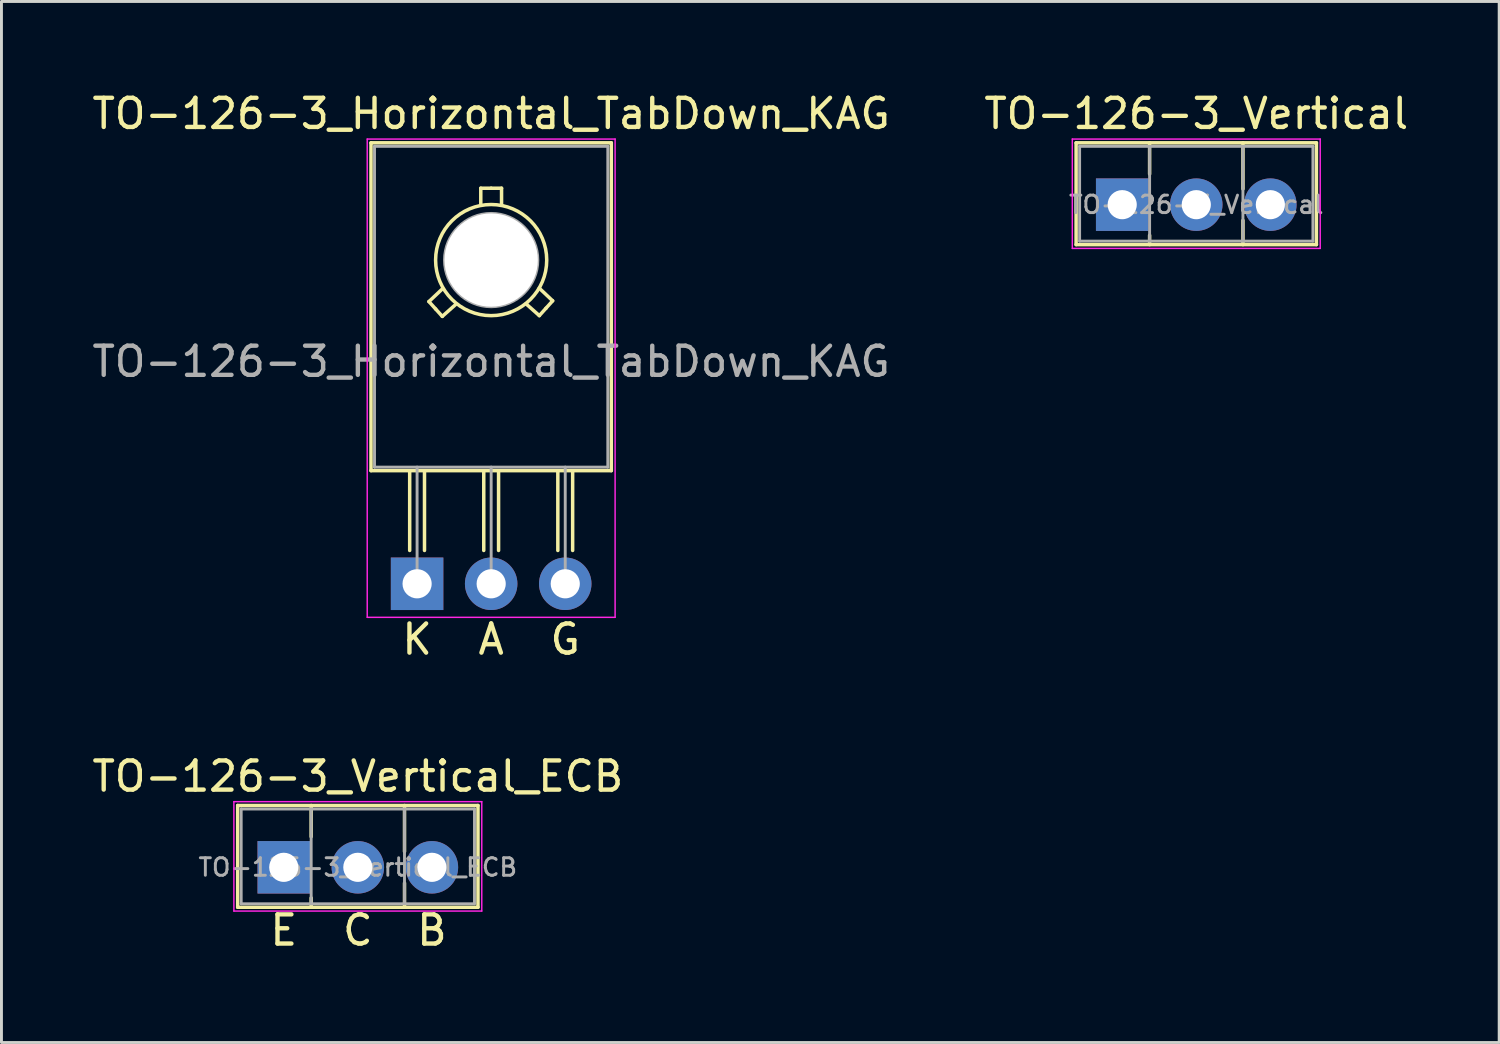
<source format=kicad_pcb>
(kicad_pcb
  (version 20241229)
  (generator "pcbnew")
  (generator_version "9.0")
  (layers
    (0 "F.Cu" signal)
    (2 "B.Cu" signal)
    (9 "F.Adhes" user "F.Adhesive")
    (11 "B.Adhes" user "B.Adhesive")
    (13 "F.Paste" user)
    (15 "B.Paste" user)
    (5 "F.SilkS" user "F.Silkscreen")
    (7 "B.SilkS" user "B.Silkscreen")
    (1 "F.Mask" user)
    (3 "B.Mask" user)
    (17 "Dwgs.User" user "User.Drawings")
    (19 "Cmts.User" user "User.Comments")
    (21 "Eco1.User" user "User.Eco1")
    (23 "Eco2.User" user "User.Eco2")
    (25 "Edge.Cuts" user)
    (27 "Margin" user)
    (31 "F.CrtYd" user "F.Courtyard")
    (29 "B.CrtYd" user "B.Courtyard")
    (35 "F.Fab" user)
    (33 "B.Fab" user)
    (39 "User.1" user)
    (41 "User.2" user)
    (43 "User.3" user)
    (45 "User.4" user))
  (footprint "TO-126-3_Vertical"
    (layer "F.Cu")
    (at 35.43 3.968)
    (property "Reference" "TO-126-3_Vertical" (at 2.54 -3.12 0) (layer "F.SilkS") (effects (font (size 1 1) (thickness 0.15))))
    (attr through_hole)
    (fp_line (start -1.58 -2.12) (end -1.58 1.37) (stroke (width 0.12) (type solid)) (layer "F.SilkS"))
    (fp_line (start -1.58 -2.12) (end 6.66 -2.12) (stroke (width 0.12) (type solid)) (layer "F.SilkS"))
    (fp_line (start -1.58 1.37) (end 6.66 1.37) (stroke (width 0.12) (type solid)) (layer "F.SilkS"))
    (fp_line (start 0.94 -2.12) (end 0.94 -1.05) (stroke (width 0.12) (type solid)) (layer "F.SilkS"))
    (fp_line (start 0.94 1.05) (end 0.94 1.37) (stroke (width 0.12) (type solid)) (layer "F.SilkS"))
    (fp_line (start 4.141 -2.12) (end 4.141 -0.54) (stroke (width 0.12) (type solid)) (layer "F.SilkS"))
    (fp_line (start 4.141 0.54) (end 4.141 1.37) (stroke (width 0.12) (type solid)) (layer "F.SilkS"))
    (fp_line (start 6.66 -2.12) (end 6.66 1.37) (stroke (width 0.12) (type solid)) (layer "F.SilkS"))
    (fp_line (start -1.71 -2.25) (end -1.71 1.5) (stroke (width 0.05) (type solid)) (layer "F.CrtYd"))
    (fp_line (start -1.71 1.5) (end 6.79 1.5) (stroke (width 0.05) (type solid)) (layer "F.CrtYd"))
    (fp_line (start 6.79 -2.25) (end -1.71 -2.25) (stroke (width 0.05) (type solid)) (layer "F.CrtYd"))
    (fp_line (start 6.79 1.5) (end 6.79 -2.25) (stroke (width 0.05) (type solid)) (layer "F.CrtYd"))
    (fp_line (start -1.46 -2) (end -1.46 1.25) (stroke (width 0.1) (type solid)) (layer "F.Fab"))
    (fp_line (start -1.46 1.25) (end 6.54 1.25) (stroke (width 0.1) (type solid)) (layer "F.Fab"))
    (fp_line (start 0.94 -2) (end 0.94 1.25) (stroke (width 0.1) (type solid)) (layer "F.Fab"))
    (fp_line (start 4.14 -2) (end 4.14 1.25) (stroke (width 0.1) (type solid)) (layer "F.Fab"))
    (fp_line (start 6.54 -2) (end -1.46 -2) (stroke (width 0.1) (type solid)) (layer "F.Fab"))
    (fp_line (start 6.54 1.25) (end 6.54 -2) (stroke (width 0.1) (type solid)) (layer "F.Fab"))
    (fp_text user "${REFERENCE}" (at 2.54 0 0) (layer "F.Fab") (effects (font (size 0.6 0.6) (thickness 0.1))))
    (pad "1" thru_hole rect (at 0 0) (size 1.8 1.8) (drill 1) (layers "*.Cu" "*.Mask"))
    (pad "2" thru_hole oval (at 2.54 0) (size 1.8 1.8) (drill 1) (layers "*.Cu" "*.Mask"))
    (pad "3" thru_hole oval (at 5.08 0) (size 1.8 1.8) (drill 1) (layers "*.Cu" "*.Mask")))
  (footprint "TO-126-3_Horizontal_TabDown_KAG"
    (layer "F.Cu")
    (at 11.252 16.968)
    (property "Reference" "TO-126-3_Horizontal_TabDown_KAG" (at 2.54 -16.12 0) (layer "F.SilkS") (effects (font (size 1 1) (thickness 0.15))))
    (fp_line (start -1.58 -15.12) (end -1.58 -3.88) (stroke (width 0.12) (type solid)) (layer "F.SilkS"))
    (fp_line (start -1.58 -15.12) (end 6.66 -15.12) (stroke (width 0.12) (type solid)) (layer "F.SilkS"))
    (fp_line (start -1.58 -3.88) (end 6.66 -3.88) (stroke (width 0.12) (type solid)) (layer "F.SilkS"))
    (fp_line (start -0.254 -1.143) (end -0.254 -3.873) (stroke (width 0.12) (type solid)) (layer "F.SilkS"))
    (fp_line (start 0.254 -3.873) (end 0.254 -1.143) (stroke (width 0.12) (type solid)) (layer "F.SilkS"))
    (fp_line (start 0.406 -9.677) (end 0.864 -10.109) (stroke (width 0.12) (type solid)) (layer "F.SilkS"))
    (fp_line (start 0.635 -9.423) (end 0.406 -9.677) (stroke (width 0.12) (type solid)) (layer "F.SilkS"))
    (fp_line (start 0.864 -9.169) (end 0.635 -9.423) (stroke (width 0.12) (type solid)) (layer "F.SilkS"))
    (fp_line (start 0.864 -9.169) (end 1.321 -9.576) (stroke (width 0.12) (type solid)) (layer "F.SilkS"))
    (fp_line (start 2.184 -13.564) (end 2.184 -13.005) (stroke (width 0.12) (type solid)) (layer "F.SilkS"))
    (fp_line (start 2.184 -13.564) (end 2.54 -13.564) (stroke (width 0.12) (type solid)) (layer "F.SilkS"))
    (fp_line (start 2.286 -1.143) (end 2.286 -3.873) (stroke (width 0.12) (type solid)) (layer "F.SilkS"))
    (fp_line (start 2.54 -13.564) (end 2.896 -13.564) (stroke (width 0.12) (type solid)) (layer "F.SilkS"))
    (fp_line (start 2.794 -3.873) (end 2.794 -1.143) (stroke (width 0.12) (type solid)) (layer "F.SilkS"))
    (fp_line (start 2.896 -13.564) (end 2.896 -12.979) (stroke (width 0.12) (type solid)) (layer "F.SilkS"))
    (fp_line (start 4.191 -9.195) (end 3.734 -9.601) (stroke (width 0.12) (type solid)) (layer "F.SilkS"))
    (fp_line (start 4.191 -9.195) (end 4.42 -9.449) (stroke (width 0.12) (type solid)) (layer "F.SilkS"))
    (fp_line (start 4.42 -9.449) (end 4.648 -9.703) (stroke (width 0.12) (type solid)) (layer "F.SilkS"))
    (fp_line (start 4.648 -9.703) (end 4.191 -10.135) (stroke (width 0.12) (type solid)) (layer "F.SilkS"))
    (fp_line (start 4.826 -1.143) (end 4.826 -3.873) (stroke (width 0.12) (type solid)) (layer "F.SilkS"))
    (fp_line (start 5.334 -3.873) (end 5.334 -1.143) (stroke (width 0.12) (type solid)) (layer "F.SilkS"))
    (fp_line (start 6.66 -15.12) (end 6.66 -3.88) (stroke (width 0.12) (type solid)) (layer "F.SilkS"))
    (fp_circle (center 2.54 -11.1) (end 4.445 -11.125) (stroke (width 0.12) (type solid)) (fill no) (layer "F.SilkS"))
    (fp_line (start -1.71 -15.25) (end -1.71 1.15) (stroke (width 0.05) (type solid)) (layer "F.CrtYd"))
    (fp_line (start -1.71 1.15) (end 6.79 1.15) (stroke (width 0.05) (type solid)) (layer "F.CrtYd"))
    (fp_line (start 6.79 -15.25) (end -1.71 -15.25) (stroke (width 0.05) (type solid)) (layer "F.CrtYd"))
    (fp_line (start 6.79 1.15) (end 6.79 -15.25) (stroke (width 0.05) (type solid)) (layer "F.CrtYd"))
    (fp_line (start -1.46 -15) (end 6.54 -15) (stroke (width 0.1) (type solid)) (layer "F.Fab"))
    (fp_line (start -1.46 -4) (end -1.46 -15) (stroke (width 0.1) (type solid)) (layer "F.Fab"))
    (fp_line (start 0 -4) (end 0 0) (stroke (width 0.1) (type solid)) (layer "F.Fab"))
    (fp_line (start 2.54 -4) (end 2.54 0) (stroke (width 0.1) (type solid)) (layer "F.Fab"))
    (fp_line (start 5.08 -4) (end 5.08 0) (stroke (width 0.1) (type solid)) (layer "F.Fab"))
    (fp_line (start 6.54 -15) (end 6.54 -4) (stroke (width 0.1) (type solid)) (layer "F.Fab"))
    (fp_line (start 6.54 -4) (end -1.46 -4) (stroke (width 0.1) (type solid)) (layer "F.Fab"))
    (fp_circle (center 2.54 -11.1) (end 4.14 -11.1) (stroke (width 0.1) (type solid)) (fill no) (layer "F.Fab"))
    (fp_text user "G" (at 5.08 1.905 0) (unlocked yes) (layer "F.SilkS") (effects (font (size 1 1) (thickness 0.15))))
    (fp_text user "K" (at 0 1.905 0) (unlocked yes) (layer "F.SilkS") (effects (font (size 1 1) (thickness 0.15))))
    (fp_text user "A" (at 2.54 1.905 0) (unlocked yes) (layer "F.SilkS") (effects (font (size 1 1) (thickness 0.15))))
    (fp_text user "${REFERENCE}" (at 2.54 -7.62 0) (layer "F.Fab") (effects (font (size 1 1) (thickness 0.15))))
    (pad "" np_thru_hole oval (at 2.54 -11.1) (size 3.2 3.2) (drill 3.2) (layers "*.Cu" "*.Mask"))
    (pad "1" thru_hole rect (at 0 0) (size 1.8 1.8) (drill 1) (layers "*.Cu" "*.Mask"))
    (pad "2" thru_hole oval (at 2.54 0) (size 1.8 1.8) (drill 1) (layers "*.Cu" "*.Mask"))
    (pad "3" thru_hole oval (at 5.08 0) (size 1.8 1.8) (drill 1) (layers "*.Cu" "*.Mask")))
  (footprint "TO-126-3_Vertical_ECB"
    (layer "F.Cu")
    (at 6.68 26.69)
    (property "Reference" "TO-126-3_Vertical_ECB" (at 2.54 -3.12 0) (layer "F.SilkS") (effects (font (size 1 1) (thickness 0.15))))
    (fp_line (start -1.58 -2.12) (end -1.58 1.37) (stroke (width 0.12) (type solid)) (layer "F.SilkS"))
    (fp_line (start -1.58 -2.12) (end 6.66 -2.12) (stroke (width 0.12) (type solid)) (layer "F.SilkS"))
    (fp_line (start -1.58 1.37) (end 6.66 1.37) (stroke (width 0.12) (type solid)) (layer "F.SilkS"))
    (fp_line (start 0.94 -2.12) (end 0.94 -1.05) (stroke (width 0.12) (type solid)) (layer "F.SilkS"))
    (fp_line (start 0.94 1.05) (end 0.94 1.37) (stroke (width 0.12) (type solid)) (layer "F.SilkS"))
    (fp_line (start 4.141 -2.12) (end 4.141 -0.54) (stroke (width 0.12) (type solid)) (layer "F.SilkS"))
    (fp_line (start 4.141 0.54) (end 4.141 1.37) (stroke (width 0.12) (type solid)) (layer "F.SilkS"))
    (fp_line (start 6.66 -2.12) (end 6.66 1.37) (stroke (width 0.12) (type solid)) (layer "F.SilkS"))
    (fp_line (start -1.71 -2.25) (end -1.71 1.5) (stroke (width 0.05) (type solid)) (layer "F.CrtYd"))
    (fp_line (start -1.71 1.5) (end 6.79 1.5) (stroke (width 0.05) (type solid)) (layer "F.CrtYd"))
    (fp_line (start 6.79 -2.25) (end -1.71 -2.25) (stroke (width 0.05) (type solid)) (layer "F.CrtYd"))
    (fp_line (start 6.79 1.5) (end 6.79 -2.25) (stroke (width 0.05) (type solid)) (layer "F.CrtYd"))
    (fp_line (start -1.46 -2) (end -1.46 1.25) (stroke (width 0.1) (type solid)) (layer "F.Fab"))
    (fp_line (start -1.46 1.25) (end 6.54 1.25) (stroke (width 0.1) (type solid)) (layer "F.Fab"))
    (fp_line (start 0.94 -2) (end 0.94 1.25) (stroke (width 0.1) (type solid)) (layer "F.Fab"))
    (fp_line (start 4.14 -2) (end 4.14 1.25) (stroke (width 0.1) (type solid)) (layer "F.Fab"))
    (fp_line (start 6.54 -2) (end -1.46 -2) (stroke (width 0.1) (type solid)) (layer "F.Fab"))
    (fp_line (start 6.54 1.25) (end 6.54 -2) (stroke (width 0.1) (type solid)) (layer "F.Fab"))
    (fp_text user "C" (at 2.54 2.159 0) (unlocked yes) (layer "F.SilkS") (effects (font (size 1 1) (thickness 0.15))))
    (fp_text user "E" (at 0 2.159 0) (unlocked yes) (layer "F.SilkS") (effects (font (size 1 1) (thickness 0.15))))
    (fp_text user "B" (at 5.08 2.159 0) (unlocked yes) (layer "F.SilkS") (effects (font (size 1 1) (thickness 0.15))))
    (fp_text user "${REFERENCE}" (at 2.54 0 0) (layer "F.Fab") (effects (font (size 0.6 0.6) (thickness 0.1))))
    (pad "1" thru_hole rect (at 0 0) (size 1.8 1.8) (drill 1) (layers "*.Cu" "*.Mask"))
    (pad "2" thru_hole oval (at 2.54 0) (size 1.8 1.8) (drill 1) (layers "*.Cu" "*.Mask"))
    (pad "3" thru_hole oval (at 5.08 0) (size 1.8 1.8) (drill 1) (layers "*.Cu" "*.Mask")))
  (gr_rect
    (start -3 -3)
    (end 48.357 32.697)
    (stroke (width 0.1) (type default))
    (fill no)
    (layer "Edge.Cuts")))
</source>
